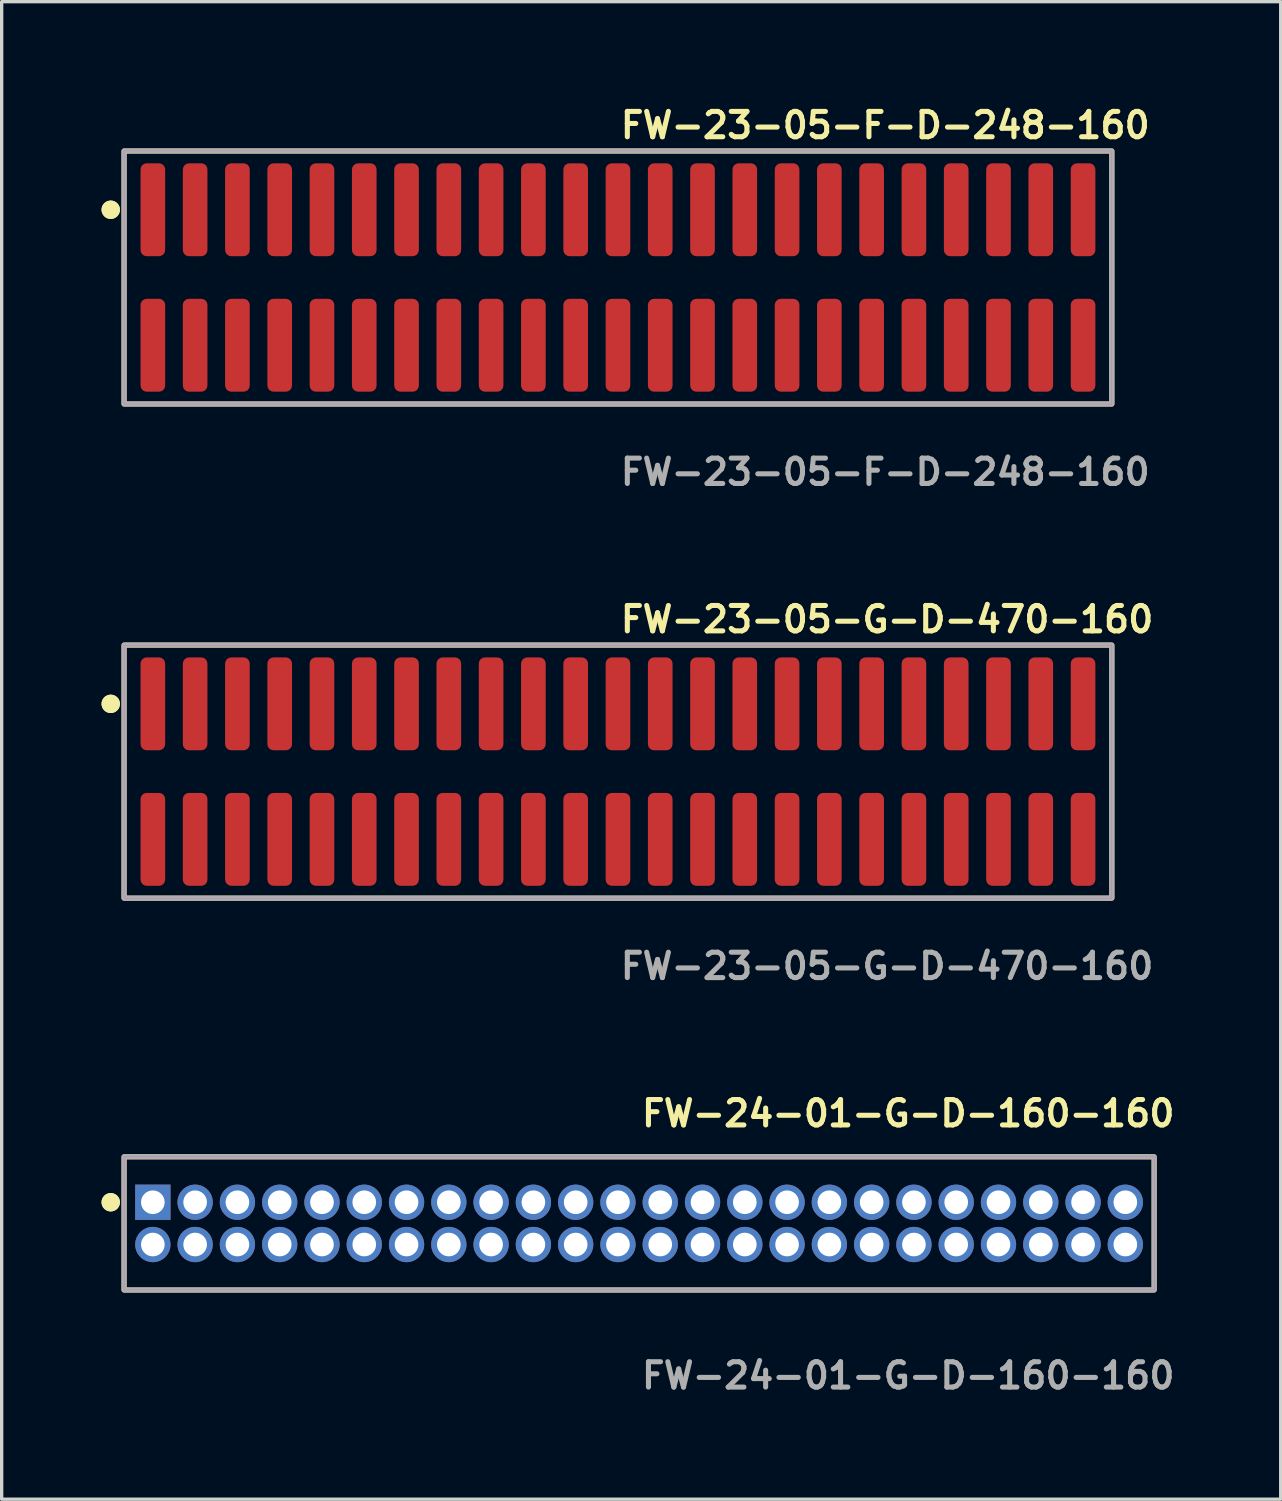
<source format=kicad_pcb>
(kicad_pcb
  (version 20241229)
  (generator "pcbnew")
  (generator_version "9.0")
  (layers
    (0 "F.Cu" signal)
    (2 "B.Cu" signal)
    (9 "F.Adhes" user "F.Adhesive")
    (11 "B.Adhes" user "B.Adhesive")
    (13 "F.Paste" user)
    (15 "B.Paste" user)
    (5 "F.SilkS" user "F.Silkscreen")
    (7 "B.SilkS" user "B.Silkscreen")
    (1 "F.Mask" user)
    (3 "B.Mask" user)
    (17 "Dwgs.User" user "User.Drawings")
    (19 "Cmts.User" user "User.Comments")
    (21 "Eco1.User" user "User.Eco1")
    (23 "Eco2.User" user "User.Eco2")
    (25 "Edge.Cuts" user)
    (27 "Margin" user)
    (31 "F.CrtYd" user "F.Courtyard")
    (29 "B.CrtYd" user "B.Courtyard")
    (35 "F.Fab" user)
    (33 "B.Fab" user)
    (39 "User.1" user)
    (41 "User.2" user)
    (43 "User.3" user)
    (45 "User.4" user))
  (footprint "FW-23-05-G-D-470-160"
    (layer "F.Cu")
    (at 15.511 20.126)
    (property "Reference" "FW-23-05-G-D-470-160" (at 0 -4.572 0) (unlocked yes) (layer "F.SilkS") (effects (font (size 0.762 0.762) (thickness 0.152)) (justify left)))
    (fp_rect (start -14.835 3.8) (end 14.835 -3.8) (stroke (width 0.152) (type solid)) (fill no) (layer "F.SilkS"))
    (fp_circle (center -15.235 -2.035) (end -15.435 -2.035) (stroke (width 0.152) (type solid)) (fill yes) (layer "F.SilkS"))
    (fp_circle (center -15.235 -2.035) (end -15.435 -2.035) (stroke (width 0.152) (type solid)) (fill yes) (layer "F.SilkS"))
    (fp_rect (start -14.835 3.8) (end 14.835 -3.8) (stroke (width 0.006) (type solid)) (fill no) (layer "F.CrtYd"))
    (fp_rect (start -14.835 3.8) (end 14.835 -3.8) (stroke (width 0.152) (type solid)) (fill no) (layer "F.Fab"))
    (fp_text user "${REFERENCE}" (at 0 5.842 0) (unlocked yes) (layer "F.Fab") (effects (font (size 0.762 0.762) (thickness 0.152)) (justify left)))
    (pad "1" smd roundrect (at -13.97 -2.035) (size 0.74 2.79) (layers "F.Cu" "F.Paste") (roundrect_rratio 0.25))
    (pad "2" smd roundrect (at -13.97 2.035) (size 0.74 2.79) (layers "F.Cu" "F.Paste") (roundrect_rratio 0.25))
    (pad "3" smd roundrect (at -12.7 -2.035) (size 0.74 2.79) (layers "F.Cu" "F.Paste") (roundrect_rratio 0.25))
    (pad "4" smd roundrect (at -12.7 2.035) (size 0.74 2.79) (layers "F.Cu" "F.Paste") (roundrect_rratio 0.25))
    (pad "5" smd roundrect (at -11.43 -2.035) (size 0.74 2.79) (layers "F.Cu" "F.Paste") (roundrect_rratio 0.25))
    (pad "6" smd roundrect (at -11.43 2.035) (size 0.74 2.79) (layers "F.Cu" "F.Paste") (roundrect_rratio 0.25))
    (pad "7" smd roundrect (at -10.16 -2.035) (size 0.74 2.79) (layers "F.Cu" "F.Paste") (roundrect_rratio 0.25))
    (pad "8" smd roundrect (at -10.16 2.035) (size 0.74 2.79) (layers "F.Cu" "F.Paste") (roundrect_rratio 0.25))
    (pad "9" smd roundrect (at -8.89 -2.035) (size 0.74 2.79) (layers "F.Cu" "F.Paste") (roundrect_rratio 0.25))
    (pad "10" smd roundrect (at -8.89 2.035) (size 0.74 2.79) (layers "F.Cu" "F.Paste") (roundrect_rratio 0.25))
    (pad "11" smd roundrect (at -7.62 -2.035) (size 0.74 2.79) (layers "F.Cu" "F.Paste") (roundrect_rratio 0.25))
    (pad "12" smd roundrect (at -7.62 2.035) (size 0.74 2.79) (layers "F.Cu" "F.Paste") (roundrect_rratio 0.25))
    (pad "13" smd roundrect (at -6.35 -2.035) (size 0.74 2.79) (layers "F.Cu" "F.Paste") (roundrect_rratio 0.25))
    (pad "14" smd roundrect (at -6.35 2.035) (size 0.74 2.79) (layers "F.Cu" "F.Paste") (roundrect_rratio 0.25))
    (pad "15" smd roundrect (at -5.08 -2.035) (size 0.74 2.79) (layers "F.Cu" "F.Paste") (roundrect_rratio 0.25))
    (pad "16" smd roundrect (at -5.08 2.035) (size 0.74 2.79) (layers "F.Cu" "F.Paste") (roundrect_rratio 0.25))
    (pad "17" smd roundrect (at -3.81 -2.035) (size 0.74 2.79) (layers "F.Cu" "F.Paste") (roundrect_rratio 0.25))
    (pad "18" smd roundrect (at -3.81 2.035) (size 0.74 2.79) (layers "F.Cu" "F.Paste") (roundrect_rratio 0.25))
    (pad "19" smd roundrect (at -2.54 -2.035) (size 0.74 2.79) (layers "F.Cu" "F.Paste") (roundrect_rratio 0.25))
    (pad "20" smd roundrect (at -2.54 2.035) (size 0.74 2.79) (layers "F.Cu" "F.Paste") (roundrect_rratio 0.25))
    (pad "21" smd roundrect (at -1.27 -2.035) (size 0.74 2.79) (layers "F.Cu" "F.Paste") (roundrect_rratio 0.25))
    (pad "22" smd roundrect (at -1.27 2.035) (size 0.74 2.79) (layers "F.Cu" "F.Paste") (roundrect_rratio 0.25))
    (pad "23" smd roundrect (at 0 -2.035) (size 0.74 2.79) (layers "F.Cu" "F.Paste") (roundrect_rratio 0.25))
    (pad "24" smd roundrect (at 0 2.035) (size 0.74 2.79) (layers "F.Cu" "F.Paste") (roundrect_rratio 0.25))
    (pad "25" smd roundrect (at 1.27 -2.035) (size 0.74 2.79) (layers "F.Cu" "F.Paste") (roundrect_rratio 0.25))
    (pad "26" smd roundrect (at 1.27 2.035) (size 0.74 2.79) (layers "F.Cu" "F.Paste") (roundrect_rratio 0.25))
    (pad "27" smd roundrect (at 2.54 -2.035) (size 0.74 2.79) (layers "F.Cu" "F.Paste") (roundrect_rratio 0.25))
    (pad "28" smd roundrect (at 2.54 2.035) (size 0.74 2.79) (layers "F.Cu" "F.Paste") (roundrect_rratio 0.25))
    (pad "29" smd roundrect (at 3.81 -2.035) (size 0.74 2.79) (layers "F.Cu" "F.Paste") (roundrect_rratio 0.25))
    (pad "30" smd roundrect (at 3.81 2.035) (size 0.74 2.79) (layers "F.Cu" "F.Paste") (roundrect_rratio 0.25))
    (pad "31" smd roundrect (at 5.08 -2.035) (size 0.74 2.79) (layers "F.Cu" "F.Paste") (roundrect_rratio 0.25))
    (pad "32" smd roundrect (at 5.08 2.035) (size 0.74 2.79) (layers "F.Cu" "F.Paste") (roundrect_rratio 0.25))
    (pad "33" smd roundrect (at 6.35 -2.035) (size 0.74 2.79) (layers "F.Cu" "F.Paste") (roundrect_rratio 0.25))
    (pad "34" smd roundrect (at 6.35 2.035) (size 0.74 2.79) (layers "F.Cu" "F.Paste") (roundrect_rratio 0.25))
    (pad "35" smd roundrect (at 7.62 -2.035) (size 0.74 2.79) (layers "F.Cu" "F.Paste") (roundrect_rratio 0.25))
    (pad "36" smd roundrect (at 7.62 2.035) (size 0.74 2.79) (layers "F.Cu" "F.Paste") (roundrect_rratio 0.25))
    (pad "37" smd roundrect (at 8.89 -2.035) (size 0.74 2.79) (layers "F.Cu" "F.Paste") (roundrect_rratio 0.25))
    (pad "38" smd roundrect (at 8.89 2.035) (size 0.74 2.79) (layers "F.Cu" "F.Paste") (roundrect_rratio 0.25))
    (pad "39" smd roundrect (at 10.16 -2.035) (size 0.74 2.79) (layers "F.Cu" "F.Paste") (roundrect_rratio 0.25))
    (pad "40" smd roundrect (at 10.16 2.035) (size 0.74 2.79) (layers "F.Cu" "F.Paste") (roundrect_rratio 0.25))
    (pad "41" smd roundrect (at 11.43 -2.035) (size 0.74 2.79) (layers "F.Cu" "F.Paste") (roundrect_rratio 0.25))
    (pad "42" smd roundrect (at 11.43 2.035) (size 0.74 2.79) (layers "F.Cu" "F.Paste") (roundrect_rratio 0.25))
    (pad "43" smd roundrect (at 12.7 -2.035) (size 0.74 2.79) (layers "F.Cu" "F.Paste") (roundrect_rratio 0.25))
    (pad "44" smd roundrect (at 12.7 2.035) (size 0.74 2.79) (layers "F.Cu" "F.Paste") (roundrect_rratio 0.25))
    (pad "45" smd roundrect (at 13.97 -2.035) (size 0.74 2.79) (layers "F.Cu" "F.Paste") (roundrect_rratio 0.25))
    (pad "46" smd roundrect (at 13.97 2.035) (size 0.74 2.79) (layers "F.Cu" "F.Paste") (roundrect_rratio 0.25)))
  (footprint "FW-24-01-G-D-160-160"
    (layer "F.Cu")
    (at 16.146 33.696)
    (property "Reference" "FW-24-01-G-D-160-160" (at 0 -3.302 0) (unlocked yes) (layer "F.SilkS") (effects (font (size 0.762 0.762) (thickness 0.152)) (justify left)))
    (fp_rect (start -15.47 2) (end 15.47 -2) (stroke (width 0.152) (type solid)) (fill no) (layer "F.SilkS"))
    (fp_circle (center -15.87 -0.635) (end -16.07 -0.635) (stroke (width 0.152) (type solid)) (fill yes) (layer "F.SilkS"))
    (fp_circle (center -15.87 -0.635) (end -16.07 -0.635) (stroke (width 0.152) (type solid)) (fill yes) (layer "F.SilkS"))
    (fp_rect (start -15.47 2) (end 15.47 -2) (stroke (width 0.006) (type solid)) (fill no) (layer "F.CrtYd"))
    (fp_rect (start -15.47 2) (end 15.47 -2) (stroke (width 0.152) (type solid)) (fill no) (layer "F.Fab"))
    (fp_text user "${REFERENCE}" (at 0 4.572 0) (unlocked yes) (layer "F.Fab") (effects (font (size 0.762 0.762) (thickness 0.152)) (justify left)))
    (pad "1" thru_hole rect (at -14.605 -0.635) (size 1.06 1.06) (drill 0.71) (layers "*.Cu" "*.Mask"))
    (pad "2" thru_hole circle (at -14.605 0.635) (size 1.06 1.06) (drill 0.71) (layers "*.Cu" "*.Mask"))
    (pad "3" thru_hole circle (at -13.335 -0.635) (size 1.06 1.06) (drill 0.71) (layers "*.Cu" "*.Mask"))
    (pad "4" thru_hole circle (at -13.335 0.635) (size 1.06 1.06) (drill 0.71) (layers "*.Cu" "*.Mask"))
    (pad "5" thru_hole circle (at -12.065 -0.635) (size 1.06 1.06) (drill 0.71) (layers "*.Cu" "*.Mask"))
    (pad "6" thru_hole circle (at -12.065 0.635) (size 1.06 1.06) (drill 0.71) (layers "*.Cu" "*.Mask"))
    (pad "7" thru_hole circle (at -10.795 -0.635) (size 1.06 1.06) (drill 0.71) (layers "*.Cu" "*.Mask"))
    (pad "8" thru_hole circle (at -10.795 0.635) (size 1.06 1.06) (drill 0.71) (layers "*.Cu" "*.Mask"))
    (pad "9" thru_hole circle (at -9.525 -0.635) (size 1.06 1.06) (drill 0.71) (layers "*.Cu" "*.Mask"))
    (pad "10" thru_hole circle (at -9.525 0.635) (size 1.06 1.06) (drill 0.71) (layers "*.Cu" "*.Mask"))
    (pad "11" thru_hole circle (at -8.255 -0.635) (size 1.06 1.06) (drill 0.71) (layers "*.Cu" "*.Mask"))
    (pad "12" thru_hole circle (at -8.255 0.635) (size 1.06 1.06) (drill 0.71) (layers "*.Cu" "*.Mask"))
    (pad "13" thru_hole circle (at -6.985 -0.635) (size 1.06 1.06) (drill 0.71) (layers "*.Cu" "*.Mask"))
    (pad "14" thru_hole circle (at -6.985 0.635) (size 1.06 1.06) (drill 0.71) (layers "*.Cu" "*.Mask"))
    (pad "15" thru_hole circle (at -5.715 -0.635) (size 1.06 1.06) (drill 0.71) (layers "*.Cu" "*.Mask"))
    (pad "16" thru_hole circle (at -5.715 0.635) (size 1.06 1.06) (drill 0.71) (layers "*.Cu" "*.Mask"))
    (pad "17" thru_hole circle (at -4.445 -0.635) (size 1.06 1.06) (drill 0.71) (layers "*.Cu" "*.Mask"))
    (pad "18" thru_hole circle (at -4.445 0.635) (size 1.06 1.06) (drill 0.71) (layers "*.Cu" "*.Mask"))
    (pad "19" thru_hole circle (at -3.175 -0.635) (size 1.06 1.06) (drill 0.71) (layers "*.Cu" "*.Mask"))
    (pad "20" thru_hole circle (at -3.175 0.635) (size 1.06 1.06) (drill 0.71) (layers "*.Cu" "*.Mask"))
    (pad "21" thru_hole circle (at -1.905 -0.635) (size 1.06 1.06) (drill 0.71) (layers "*.Cu" "*.Mask"))
    (pad "22" thru_hole circle (at -1.905 0.635) (size 1.06 1.06) (drill 0.71) (layers "*.Cu" "*.Mask"))
    (pad "23" thru_hole circle (at -0.635 -0.635) (size 1.06 1.06) (drill 0.71) (layers "*.Cu" "*.Mask"))
    (pad "24" thru_hole circle (at -0.635 0.635) (size 1.06 1.06) (drill 0.71) (layers "*.Cu" "*.Mask"))
    (pad "25" thru_hole circle (at 0.635 -0.635) (size 1.06 1.06) (drill 0.71) (layers "*.Cu" "*.Mask"))
    (pad "26" thru_hole circle (at 0.635 0.635) (size 1.06 1.06) (drill 0.71) (layers "*.Cu" "*.Mask"))
    (pad "27" thru_hole circle (at 1.905 -0.635) (size 1.06 1.06) (drill 0.71) (layers "*.Cu" "*.Mask"))
    (pad "28" thru_hole circle (at 1.905 0.635) (size 1.06 1.06) (drill 0.71) (layers "*.Cu" "*.Mask"))
    (pad "29" thru_hole circle (at 3.175 -0.635) (size 1.06 1.06) (drill 0.71) (layers "*.Cu" "*.Mask"))
    (pad "30" thru_hole circle (at 3.175 0.635) (size 1.06 1.06) (drill 0.71) (layers "*.Cu" "*.Mask"))
    (pad "31" thru_hole circle (at 4.445 -0.635) (size 1.06 1.06) (drill 0.71) (layers "*.Cu" "*.Mask"))
    (pad "32" thru_hole circle (at 4.445 0.635) (size 1.06 1.06) (drill 0.71) (layers "*.Cu" "*.Mask"))
    (pad "33" thru_hole circle (at 5.715 -0.635) (size 1.06 1.06) (drill 0.71) (layers "*.Cu" "*.Mask"))
    (pad "34" thru_hole circle (at 5.715 0.635) (size 1.06 1.06) (drill 0.71) (layers "*.Cu" "*.Mask"))
    (pad "35" thru_hole circle (at 6.985 -0.635) (size 1.06 1.06) (drill 0.71) (layers "*.Cu" "*.Mask"))
    (pad "36" thru_hole circle (at 6.985 0.635) (size 1.06 1.06) (drill 0.71) (layers "*.Cu" "*.Mask"))
    (pad "37" thru_hole circle (at 8.255 -0.635) (size 1.06 1.06) (drill 0.71) (layers "*.Cu" "*.Mask"))
    (pad "38" thru_hole circle (at 8.255 0.635) (size 1.06 1.06) (drill 0.71) (layers "*.Cu" "*.Mask"))
    (pad "39" thru_hole circle (at 9.525 -0.635) (size 1.06 1.06) (drill 0.71) (layers "*.Cu" "*.Mask"))
    (pad "40" thru_hole circle (at 9.525 0.635) (size 1.06 1.06) (drill 0.71) (layers "*.Cu" "*.Mask"))
    (pad "41" thru_hole circle (at 10.795 -0.635) (size 1.06 1.06) (drill 0.71) (layers "*.Cu" "*.Mask"))
    (pad "42" thru_hole circle (at 10.795 0.635) (size 1.06 1.06) (drill 0.71) (layers "*.Cu" "*.Mask"))
    (pad "43" thru_hole circle (at 12.065 -0.635) (size 1.06 1.06) (drill 0.71) (layers "*.Cu" "*.Mask"))
    (pad "44" thru_hole circle (at 12.065 0.635) (size 1.06 1.06) (drill 0.71) (layers "*.Cu" "*.Mask"))
    (pad "45" thru_hole circle (at 13.335 -0.635) (size 1.06 1.06) (drill 0.71) (layers "*.Cu" "*.Mask"))
    (pad "46" thru_hole circle (at 13.335 0.635) (size 1.06 1.06) (drill 0.71) (layers "*.Cu" "*.Mask"))
    (pad "47" thru_hole circle (at 14.605 -0.635) (size 1.06 1.06) (drill 0.71) (layers "*.Cu" "*.Mask"))
    (pad "48" thru_hole circle (at 14.605 0.635) (size 1.06 1.06) (drill 0.71) (layers "*.Cu" "*.Mask")))
  (footprint "FW-23-05-F-D-248-160"
    (layer "F.Cu")
    (at 15.511 5.285)
    (property "Reference" "FW-23-05-F-D-248-160" (at 0 -4.572 0) (unlocked yes) (layer "F.SilkS") (effects (font (size 0.762 0.762) (thickness 0.152)) (justify left)))
    (fp_rect (start -14.835 3.8) (end 14.835 -3.8) (stroke (width 0.152) (type solid)) (fill no) (layer "F.SilkS"))
    (fp_circle (center -15.235 -2.035) (end -15.435 -2.035) (stroke (width 0.152) (type solid)) (fill yes) (layer "F.SilkS"))
    (fp_circle (center -15.235 -2.035) (end -15.435 -2.035) (stroke (width 0.152) (type solid)) (fill yes) (layer "F.SilkS"))
    (fp_rect (start -14.835 3.8) (end 14.835 -3.8) (stroke (width 0.006) (type solid)) (fill no) (layer "F.CrtYd"))
    (fp_rect (start -14.835 3.8) (end 14.835 -3.8) (stroke (width 0.152) (type solid)) (fill no) (layer "F.Fab"))
    (fp_text user "${REFERENCE}" (at 0 5.842 0) (unlocked yes) (layer "F.Fab") (effects (font (size 0.762 0.762) (thickness 0.152)) (justify left)))
    (pad "1" smd roundrect (at -13.97 -2.035) (size 0.74 2.79) (layers "F.Cu" "F.Paste") (roundrect_rratio 0.25))
    (pad "2" smd roundrect (at -13.97 2.035) (size 0.74 2.79) (layers "F.Cu" "F.Paste") (roundrect_rratio 0.25))
    (pad "3" smd roundrect (at -12.7 -2.035) (size 0.74 2.79) (layers "F.Cu" "F.Paste") (roundrect_rratio 0.25))
    (pad "4" smd roundrect (at -12.7 2.035) (size 0.74 2.79) (layers "F.Cu" "F.Paste") (roundrect_rratio 0.25))
    (pad "5" smd roundrect (at -11.43 -2.035) (size 0.74 2.79) (layers "F.Cu" "F.Paste") (roundrect_rratio 0.25))
    (pad "6" smd roundrect (at -11.43 2.035) (size 0.74 2.79) (layers "F.Cu" "F.Paste") (roundrect_rratio 0.25))
    (pad "7" smd roundrect (at -10.16 -2.035) (size 0.74 2.79) (layers "F.Cu" "F.Paste") (roundrect_rratio 0.25))
    (pad "8" smd roundrect (at -10.16 2.035) (size 0.74 2.79) (layers "F.Cu" "F.Paste") (roundrect_rratio 0.25))
    (pad "9" smd roundrect (at -8.89 -2.035) (size 0.74 2.79) (layers "F.Cu" "F.Paste") (roundrect_rratio 0.25))
    (pad "10" smd roundrect (at -8.89 2.035) (size 0.74 2.79) (layers "F.Cu" "F.Paste") (roundrect_rratio 0.25))
    (pad "11" smd roundrect (at -7.62 -2.035) (size 0.74 2.79) (layers "F.Cu" "F.Paste") (roundrect_rratio 0.25))
    (pad "12" smd roundrect (at -7.62 2.035) (size 0.74 2.79) (layers "F.Cu" "F.Paste") (roundrect_rratio 0.25))
    (pad "13" smd roundrect (at -6.35 -2.035) (size 0.74 2.79) (layers "F.Cu" "F.Paste") (roundrect_rratio 0.25))
    (pad "14" smd roundrect (at -6.35 2.035) (size 0.74 2.79) (layers "F.Cu" "F.Paste") (roundrect_rratio 0.25))
    (pad "15" smd roundrect (at -5.08 -2.035) (size 0.74 2.79) (layers "F.Cu" "F.Paste") (roundrect_rratio 0.25))
    (pad "16" smd roundrect (at -5.08 2.035) (size 0.74 2.79) (layers "F.Cu" "F.Paste") (roundrect_rratio 0.25))
    (pad "17" smd roundrect (at -3.81 -2.035) (size 0.74 2.79) (layers "F.Cu" "F.Paste") (roundrect_rratio 0.25))
    (pad "18" smd roundrect (at -3.81 2.035) (size 0.74 2.79) (layers "F.Cu" "F.Paste") (roundrect_rratio 0.25))
    (pad "19" smd roundrect (at -2.54 -2.035) (size 0.74 2.79) (layers "F.Cu" "F.Paste") (roundrect_rratio 0.25))
    (pad "20" smd roundrect (at -2.54 2.035) (size 0.74 2.79) (layers "F.Cu" "F.Paste") (roundrect_rratio 0.25))
    (pad "21" smd roundrect (at -1.27 -2.035) (size 0.74 2.79) (layers "F.Cu" "F.Paste") (roundrect_rratio 0.25))
    (pad "22" smd roundrect (at -1.27 2.035) (size 0.74 2.79) (layers "F.Cu" "F.Paste") (roundrect_rratio 0.25))
    (pad "23" smd roundrect (at 0 -2.035) (size 0.74 2.79) (layers "F.Cu" "F.Paste") (roundrect_rratio 0.25))
    (pad "24" smd roundrect (at 0 2.035) (size 0.74 2.79) (layers "F.Cu" "F.Paste") (roundrect_rratio 0.25))
    (pad "25" smd roundrect (at 1.27 -2.035) (size 0.74 2.79) (layers "F.Cu" "F.Paste") (roundrect_rratio 0.25))
    (pad "26" smd roundrect (at 1.27 2.035) (size 0.74 2.79) (layers "F.Cu" "F.Paste") (roundrect_rratio 0.25))
    (pad "27" smd roundrect (at 2.54 -2.035) (size 0.74 2.79) (layers "F.Cu" "F.Paste") (roundrect_rratio 0.25))
    (pad "28" smd roundrect (at 2.54 2.035) (size 0.74 2.79) (layers "F.Cu" "F.Paste") (roundrect_rratio 0.25))
    (pad "29" smd roundrect (at 3.81 -2.035) (size 0.74 2.79) (layers "F.Cu" "F.Paste") (roundrect_rratio 0.25))
    (pad "30" smd roundrect (at 3.81 2.035) (size 0.74 2.79) (layers "F.Cu" "F.Paste") (roundrect_rratio 0.25))
    (pad "31" smd roundrect (at 5.08 -2.035) (size 0.74 2.79) (layers "F.Cu" "F.Paste") (roundrect_rratio 0.25))
    (pad "32" smd roundrect (at 5.08 2.035) (size 0.74 2.79) (layers "F.Cu" "F.Paste") (roundrect_rratio 0.25))
    (pad "33" smd roundrect (at 6.35 -2.035) (size 0.74 2.79) (layers "F.Cu" "F.Paste") (roundrect_rratio 0.25))
    (pad "34" smd roundrect (at 6.35 2.035) (size 0.74 2.79) (layers "F.Cu" "F.Paste") (roundrect_rratio 0.25))
    (pad "35" smd roundrect (at 7.62 -2.035) (size 0.74 2.79) (layers "F.Cu" "F.Paste") (roundrect_rratio 0.25))
    (pad "36" smd roundrect (at 7.62 2.035) (size 0.74 2.79) (layers "F.Cu" "F.Paste") (roundrect_rratio 0.25))
    (pad "37" smd roundrect (at 8.89 -2.035) (size 0.74 2.79) (layers "F.Cu" "F.Paste") (roundrect_rratio 0.25))
    (pad "38" smd roundrect (at 8.89 2.035) (size 0.74 2.79) (layers "F.Cu" "F.Paste") (roundrect_rratio 0.25))
    (pad "39" smd roundrect (at 10.16 -2.035) (size 0.74 2.79) (layers "F.Cu" "F.Paste") (roundrect_rratio 0.25))
    (pad "40" smd roundrect (at 10.16 2.035) (size 0.74 2.79) (layers "F.Cu" "F.Paste") (roundrect_rratio 0.25))
    (pad "41" smd roundrect (at 11.43 -2.035) (size 0.74 2.79) (layers "F.Cu" "F.Paste") (roundrect_rratio 0.25))
    (pad "42" smd roundrect (at 11.43 2.035) (size 0.74 2.79) (layers "F.Cu" "F.Paste") (roundrect_rratio 0.25))
    (pad "43" smd roundrect (at 12.7 -2.035) (size 0.74 2.79) (layers "F.Cu" "F.Paste") (roundrect_rratio 0.25))
    (pad "44" smd roundrect (at 12.7 2.035) (size 0.74 2.79) (layers "F.Cu" "F.Paste") (roundrect_rratio 0.25))
    (pad "45" smd roundrect (at 13.97 -2.035) (size 0.74 2.79) (layers "F.Cu" "F.Paste") (roundrect_rratio 0.25))
    (pad "46" smd roundrect (at 13.97 2.035) (size 0.74 2.79) (layers "F.Cu" "F.Paste") (roundrect_rratio 0.25)))
  (gr_rect
    (start -3 -3)
    (end 35.417 41.981)
    (stroke (width 0.1) (type default))
    (fill no)
    (layer "Edge.Cuts")))
</source>
